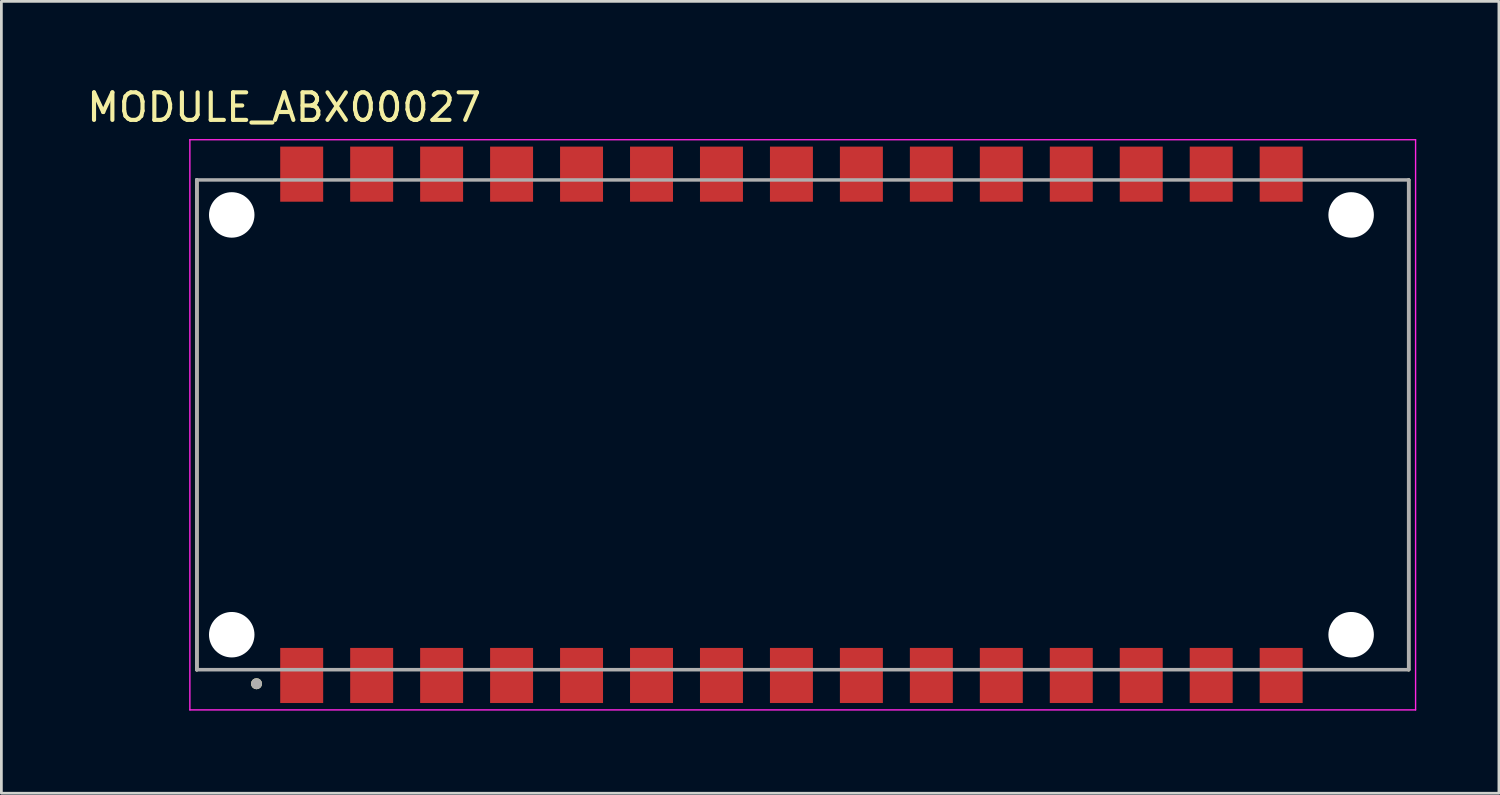
<source format=kicad_pcb>
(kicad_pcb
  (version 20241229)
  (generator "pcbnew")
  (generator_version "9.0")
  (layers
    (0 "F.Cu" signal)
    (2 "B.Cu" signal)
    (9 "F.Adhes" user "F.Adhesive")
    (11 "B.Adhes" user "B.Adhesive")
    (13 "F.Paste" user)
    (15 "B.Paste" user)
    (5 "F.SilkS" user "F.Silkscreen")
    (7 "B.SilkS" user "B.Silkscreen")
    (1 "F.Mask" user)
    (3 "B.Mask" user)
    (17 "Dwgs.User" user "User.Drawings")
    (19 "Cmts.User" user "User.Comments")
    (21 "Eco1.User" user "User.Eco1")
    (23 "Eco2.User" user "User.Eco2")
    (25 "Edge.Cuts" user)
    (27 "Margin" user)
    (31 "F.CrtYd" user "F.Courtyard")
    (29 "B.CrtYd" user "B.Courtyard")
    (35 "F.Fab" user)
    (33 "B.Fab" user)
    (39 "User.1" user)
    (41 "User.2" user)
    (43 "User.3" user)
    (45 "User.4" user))
  (footprint "MODULE_ABX00027"
    (layer "F.Cu")
    (at 26.093 12.373)
    (property "Reference" "MODULE_ABX00027" (at -18.825 -11.525 0) (layer "F.SilkS") (effects (font (size 1 1) (thickness 0.15))))
    (attr smd)
    (fp_line (start -22 -8.89) (end -22 8.89) (stroke (width 0.127) (type solid)) (layer "F.SilkS"))
    (fp_line (start 22 8.89) (end 22 -8.89) (stroke (width 0.127) (type solid)) (layer "F.SilkS"))
    (fp_circle (center -19.83 9.4) (end -19.73 9.4) (stroke (width 0.2) (type solid)) (fill no) (layer "F.SilkS"))
    (fp_line (start -22.25 -10.35) (end -22.25 10.35) (stroke (width 0.05) (type solid)) (layer "F.CrtYd"))
    (fp_line (start -22.25 10.35) (end 22.25 10.35) (stroke (width 0.05) (type solid)) (layer "F.CrtYd"))
    (fp_line (start 22.25 -10.35) (end -22.25 -10.35) (stroke (width 0.05) (type solid)) (layer "F.CrtYd"))
    (fp_line (start 22.25 10.35) (end 22.25 -10.35) (stroke (width 0.05) (type solid)) (layer "F.CrtYd"))
    (fp_line (start -22 -8.89) (end -22 8.89) (stroke (width 0.127) (type solid)) (layer "F.Fab"))
    (fp_line (start -22 -8.89) (end -22 8.89) (stroke (width 0.127) (type solid)) (layer "F.Fab"))
    (fp_line (start -22 8.89) (end 22 8.89) (stroke (width 0.127) (type solid)) (layer "F.Fab"))
    (fp_line (start 22 -8.89) (end -22 -8.89) (stroke (width 0.127) (type solid)) (layer "F.Fab"))
    (fp_line (start 22 8.89) (end 22 -8.89) (stroke (width 0.127) (type solid)) (layer "F.Fab"))
    (fp_circle (center -19.83 9.4) (end -19.73 9.4) (stroke (width 0.2) (type solid)) (fill no) (layer "F.Fab"))
    (pad "" np_thru_hole circle (at -20.73 -7.62) (size 1.651 1.651) (drill 1.651) (layers "*.Cu" "*.Mask"))
    (pad "" np_thru_hole circle (at -20.73 7.62) (size 1.651 1.651) (drill 1.651) (layers "*.Cu" "*.Mask"))
    (pad "" np_thru_hole circle (at 19.91 -7.62) (size 1.651 1.651) (drill 1.651) (layers "*.Cu" "*.Mask"))
    (pad "" np_thru_hole circle (at 19.91 7.62) (size 1.651 1.651) (drill 1.651) (layers "*.Cu" "*.Mask"))
    (pad "1" smd rect (at -18.19 9.1) (size 1.56 2) (layers "F.Cu" "F.Mask" "F.Paste"))
    (pad "2" smd rect (at -15.65 9.1) (size 1.56 2) (layers "F.Cu" "F.Mask" "F.Paste"))
    (pad "3" smd rect (at -13.11 9.1) (size 1.56 2) (layers "F.Cu" "F.Mask" "F.Paste"))
    (pad "4" smd rect (at -10.57 9.1) (size 1.56 2) (layers "F.Cu" "F.Mask" "F.Paste"))
    (pad "5" smd rect (at -8.03 9.1) (size 1.56 2) (layers "F.Cu" "F.Mask" "F.Paste"))
    (pad "6" smd rect (at -5.49 9.1) (size 1.56 2) (layers "F.Cu" "F.Mask" "F.Paste"))
    (pad "7" smd rect (at -2.95 9.1) (size 1.56 2) (layers "F.Cu" "F.Mask" "F.Paste"))
    (pad "8" smd rect (at -0.41 9.1) (size 1.56 2) (layers "F.Cu" "F.Mask" "F.Paste"))
    (pad "9" smd rect (at 2.13 9.1) (size 1.56 2) (layers "F.Cu" "F.Mask" "F.Paste"))
    (pad "10" smd rect (at 4.67 9.1) (size 1.56 2) (layers "F.Cu" "F.Mask" "F.Paste"))
    (pad "11" smd rect (at 7.21 9.1) (size 1.56 2) (layers "F.Cu" "F.Mask" "F.Paste"))
    (pad "12" smd rect (at 9.75 9.1) (size 1.56 2) (layers "F.Cu" "F.Mask" "F.Paste"))
    (pad "13" smd rect (at 12.29 9.1) (size 1.56 2) (layers "F.Cu" "F.Mask" "F.Paste"))
    (pad "14" smd rect (at 14.83 9.1) (size 1.56 2) (layers "F.Cu" "F.Mask" "F.Paste"))
    (pad "15" smd rect (at 17.37 9.1) (size 1.56 2) (layers "F.Cu" "F.Mask" "F.Paste"))
    (pad "16" smd rect (at 17.37 -9.1) (size 1.56 2) (layers "F.Cu" "F.Mask" "F.Paste"))
    (pad "17" smd rect (at 14.83 -9.1) (size 1.56 2) (layers "F.Cu" "F.Mask" "F.Paste"))
    (pad "18" smd rect (at 12.29 -9.1) (size 1.56 2) (layers "F.Cu" "F.Mask" "F.Paste"))
    (pad "19" smd rect (at 9.75 -9.1) (size 1.56 2) (layers "F.Cu" "F.Mask" "F.Paste"))
    (pad "20" smd rect (at 7.21 -9.1) (size 1.56 2) (layers "F.Cu" "F.Mask" "F.Paste"))
    (pad "21" smd rect (at 4.67 -9.1) (size 1.56 2) (layers "F.Cu" "F.Mask" "F.Paste"))
    (pad "22" smd rect (at 2.13 -9.1) (size 1.56 2) (layers "F.Cu" "F.Mask" "F.Paste"))
    (pad "23" smd rect (at -0.41 -9.1) (size 1.56 2) (layers "F.Cu" "F.Mask" "F.Paste"))
    (pad "24" smd rect (at -2.95 -9.1) (size 1.56 2) (layers "F.Cu" "F.Mask" "F.Paste"))
    (pad "25" smd rect (at -5.49 -9.1) (size 1.56 2) (layers "F.Cu" "F.Mask" "F.Paste"))
    (pad "26" smd rect (at -8.03 -9.1) (size 1.56 2) (layers "F.Cu" "F.Mask" "F.Paste"))
    (pad "27" smd rect (at -10.57 -9.1) (size 1.56 2) (layers "F.Cu" "F.Mask" "F.Paste"))
    (pad "28" smd rect (at -13.11 -9.1) (size 1.56 2) (layers "F.Cu" "F.Mask" "F.Paste"))
    (pad "29" smd rect (at -15.65 -9.1) (size 1.56 2) (layers "F.Cu" "F.Mask" "F.Paste"))
    (pad "30" smd rect (at -18.19 -9.1) (size 1.56 2) (layers "F.Cu" "F.Mask" "F.Paste")))
  (gr_rect
    (start -3 -3)
    (end 51.368 25.748)
    (stroke (width 0.1) (type default))
    (fill no)
    (layer "Edge.Cuts")))
</source>
